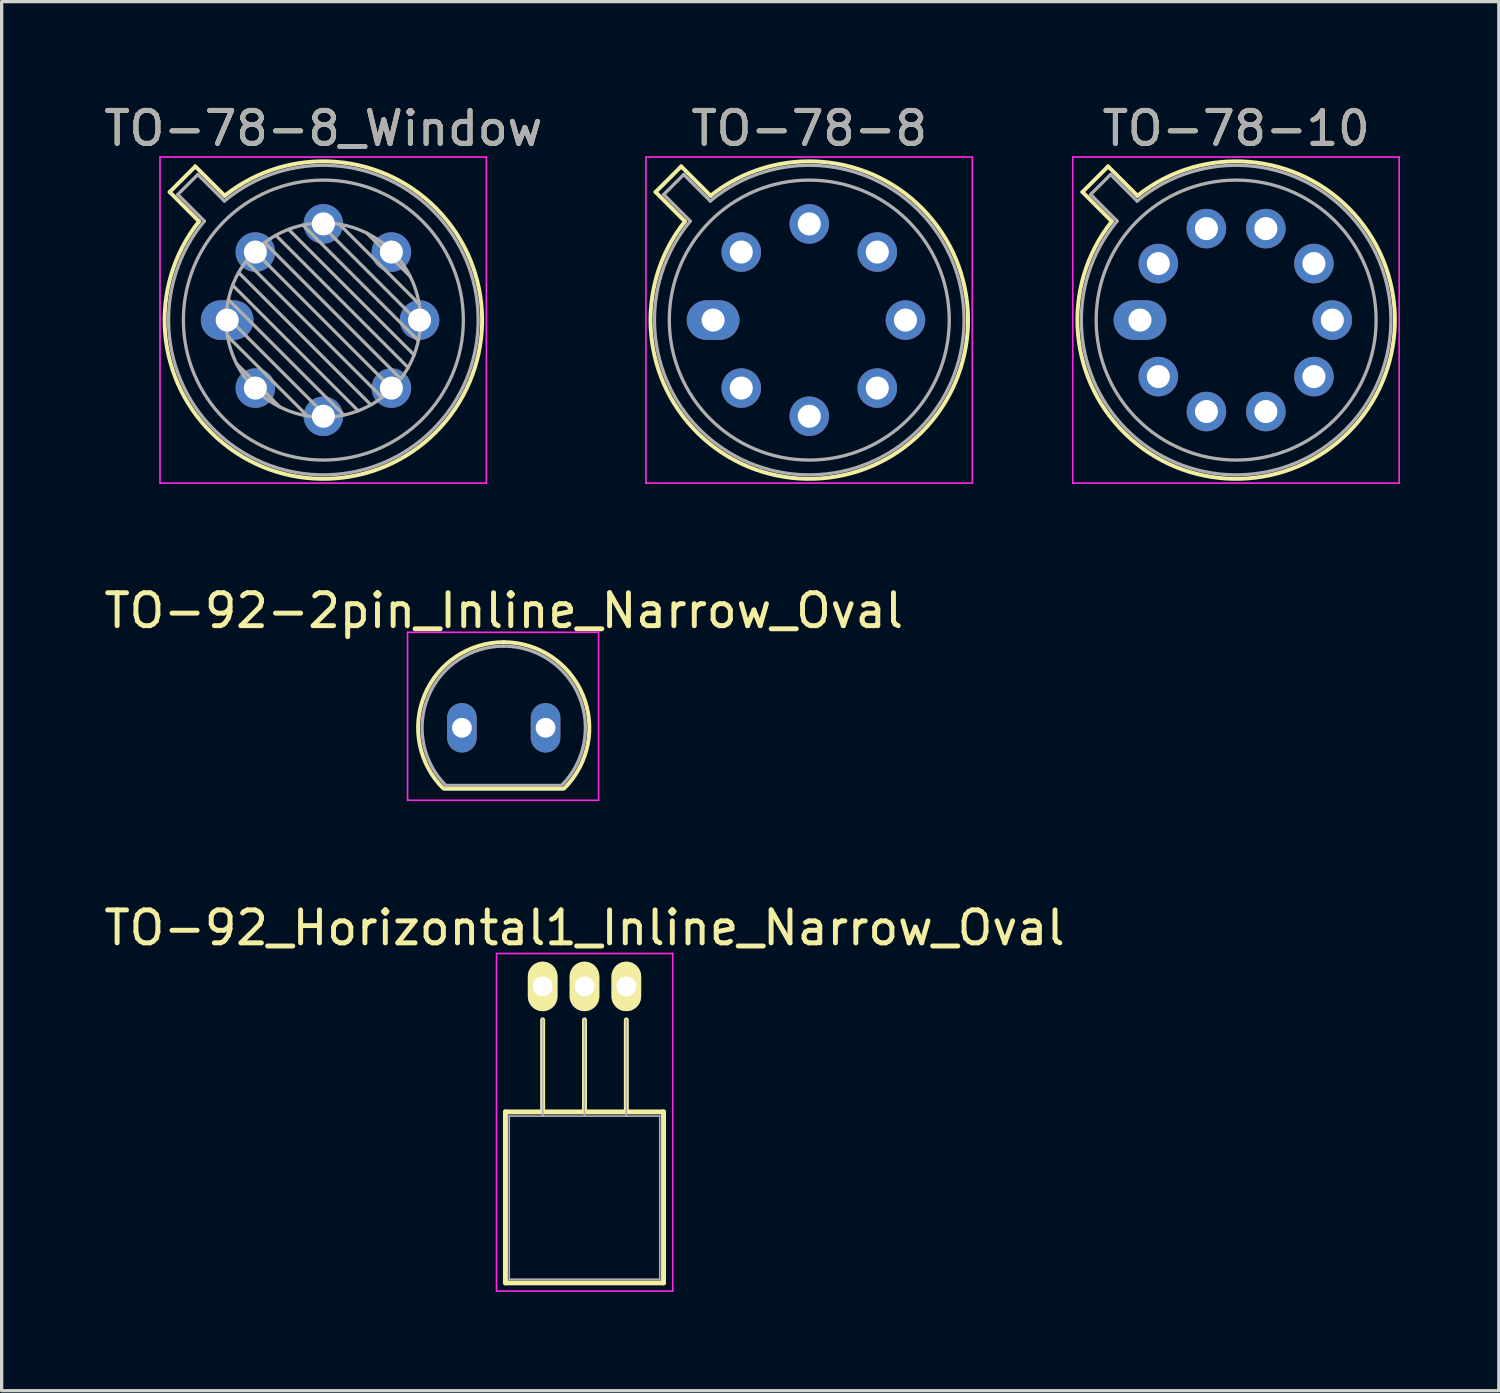
<source format=kicad_pcb>
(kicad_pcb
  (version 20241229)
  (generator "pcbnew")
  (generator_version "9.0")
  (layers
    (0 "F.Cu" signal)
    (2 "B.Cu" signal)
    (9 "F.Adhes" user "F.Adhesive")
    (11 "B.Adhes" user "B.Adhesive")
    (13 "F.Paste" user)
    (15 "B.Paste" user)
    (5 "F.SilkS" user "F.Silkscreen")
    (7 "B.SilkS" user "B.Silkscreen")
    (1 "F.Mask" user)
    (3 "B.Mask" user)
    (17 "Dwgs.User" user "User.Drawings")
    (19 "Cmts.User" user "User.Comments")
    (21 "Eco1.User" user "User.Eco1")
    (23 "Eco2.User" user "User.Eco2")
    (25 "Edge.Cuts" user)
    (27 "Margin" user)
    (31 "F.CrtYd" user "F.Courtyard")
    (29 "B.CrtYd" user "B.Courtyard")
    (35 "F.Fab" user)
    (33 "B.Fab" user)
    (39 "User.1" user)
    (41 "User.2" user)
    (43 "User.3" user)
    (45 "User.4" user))
  (footprint "TO-78-8"
    (layer "F.Cu")
    (at 18.601 6.668)
    (property "Reference" "TO-78-8" (at 2.92 -5.82 0) (layer "F.SilkS") (effects (font (size 1 1) (thickness 0.15))))
    (attr through_hole)
    (fp_line (start -1.746 -3.888) (end -0.855 -2.997) (stroke (width 0.12) (type solid)) (layer "F.SilkS"))
    (fp_line (start -0.968 -4.666) (end -1.746 -3.888) (stroke (width 0.12) (type solid)) (layer "F.SilkS"))
    (fp_line (start -0.077 -3.775) (end -0.968 -4.666) (stroke (width 0.12) (type solid)) (layer "F.SilkS"))
    (fp_arc (start -0.077084 -3.774902) (mid 6.328125 3.408384) (end -0.854674 -2.997371) (stroke (width 0.12) (type solid)) (layer "F.SilkS"))
    (fp_line (start -2.04 -4.95) (end -2.04 4.95) (stroke (width 0.05) (type solid)) (layer "F.CrtYd"))
    (fp_line (start -2.04 4.95) (end 7.87 4.95) (stroke (width 0.05) (type solid)) (layer "F.CrtYd"))
    (fp_line (start 7.87 -4.95) (end -2.04 -4.95) (stroke (width 0.05) (type solid)) (layer "F.CrtYd"))
    (fp_line (start 7.87 4.95) (end 7.87 -4.95) (stroke (width 0.05) (type solid)) (layer "F.CrtYd"))
    (fp_line (start -1.5 -3.812) (end -0.694 -3.005) (stroke (width 0.1) (type solid)) (layer "F.Fab"))
    (fp_line (start -0.892 -4.42) (end -1.5 -3.812) (stroke (width 0.1) (type solid)) (layer "F.Fab"))
    (fp_line (start -0.085 -3.614) (end -0.892 -4.42) (stroke (width 0.1) (type solid)) (layer "F.Fab"))
    (fp_arc (start -0.085408 -3.61352) (mid 6.243443 3.323361) (end -0.693594 -3.005319) (stroke (width 0.1) (type solid)) (layer "F.Fab"))
    (fp_circle (center 2.92 0) (end 7.17 0) (stroke (width 0.1) (type solid)) (fill no) (layer "F.Fab"))
    (fp_text user "${REFERENCE}" (at 2.92 -5.82 0) (layer "F.Fab") (effects (font (size 1 1) (thickness 0.15))))
    (pad "1" thru_hole oval (at 0 0) (size 1.6 1.2) (drill 0.7) (layers "*.Cu" "*.Mask"))
    (pad "2" thru_hole oval (at 0.855 2.065) (size 1.2 1.2) (drill 0.7) (layers "*.Cu" "*.Mask"))
    (pad "3" thru_hole oval (at 2.92 2.92) (size 1.2 1.2) (drill 0.7) (layers "*.Cu" "*.Mask"))
    (pad "4" thru_hole oval (at 4.985 2.065) (size 1.2 1.2) (drill 0.7) (layers "*.Cu" "*.Mask"))
    (pad "5" thru_hole oval (at 5.84 0) (size 1.2 1.2) (drill 0.7) (layers "*.Cu" "*.Mask"))
    (pad "6" thru_hole oval (at 4.985 -2.065) (size 1.2 1.2) (drill 0.7) (layers "*.Cu" "*.Mask"))
    (pad "7" thru_hole oval (at 2.92 -2.92) (size 1.2 1.2) (drill 0.7) (layers "*.Cu" "*.Mask"))
    (pad "8" thru_hole oval (at 0.855 -2.065) (size 1.2 1.2) (drill 0.7) (layers "*.Cu" "*.Mask")))
  (footprint "TO-78-10"
    (layer "F.Cu")
    (at 31.561 6.668)
    (property "Reference" "TO-78-10" (at 2.92 -5.82 0) (layer "F.SilkS") (effects (font (size 1 1) (thickness 0.15))))
    (attr through_hole)
    (fp_line (start -1.746 -3.888) (end -0.855 -2.997) (stroke (width 0.12) (type solid)) (layer "F.SilkS"))
    (fp_line (start -0.968 -4.666) (end -1.746 -3.888) (stroke (width 0.12) (type solid)) (layer "F.SilkS"))
    (fp_line (start -0.077 -3.775) (end -0.968 -4.666) (stroke (width 0.12) (type solid)) (layer "F.SilkS"))
    (fp_arc (start -0.077084 -3.774902) (mid 6.328125 3.408384) (end -0.854674 -2.997371) (stroke (width 0.12) (type solid)) (layer "F.SilkS"))
    (fp_line (start -2.04 -4.95) (end -2.04 4.95) (stroke (width 0.05) (type solid)) (layer "F.CrtYd"))
    (fp_line (start -2.04 4.95) (end 7.87 4.95) (stroke (width 0.05) (type solid)) (layer "F.CrtYd"))
    (fp_line (start 7.87 -4.95) (end -2.04 -4.95) (stroke (width 0.05) (type solid)) (layer "F.CrtYd"))
    (fp_line (start 7.87 4.95) (end 7.87 -4.95) (stroke (width 0.05) (type solid)) (layer "F.CrtYd"))
    (fp_line (start -1.5 -3.812) (end -0.694 -3.005) (stroke (width 0.1) (type solid)) (layer "F.Fab"))
    (fp_line (start -0.892 -4.42) (end -1.5 -3.812) (stroke (width 0.1) (type solid)) (layer "F.Fab"))
    (fp_line (start -0.085 -3.614) (end -0.892 -4.42) (stroke (width 0.1) (type solid)) (layer "F.Fab"))
    (fp_arc (start -0.085408 -3.61352) (mid 6.243443 3.323361) (end -0.693594 -3.005319) (stroke (width 0.1) (type solid)) (layer "F.Fab"))
    (fp_circle (center 2.92 0) (end 7.17 0) (stroke (width 0.1) (type solid)) (fill no) (layer "F.Fab"))
    (fp_text user "${REFERENCE}" (at 2.92 -5.82 0) (layer "F.Fab") (effects (font (size 1 1) (thickness 0.15))))
    (pad "1" thru_hole oval (at 0 0) (size 1.6 1.2) (drill 0.7) (layers "*.Cu" "*.Mask"))
    (pad "2" thru_hole oval (at 0.558 1.716) (size 1.2 1.2) (drill 0.7) (layers "*.Cu" "*.Mask"))
    (pad "3" thru_hole oval (at 2.018 2.777) (size 1.2 1.2) (drill 0.7) (layers "*.Cu" "*.Mask"))
    (pad "4" thru_hole oval (at 3.822 2.777) (size 1.2 1.2) (drill 0.7) (layers "*.Cu" "*.Mask"))
    (pad "5" thru_hole oval (at 5.282 1.716) (size 1.2 1.2) (drill 0.7) (layers "*.Cu" "*.Mask"))
    (pad "6" thru_hole oval (at 5.84 0) (size 1.2 1.2) (drill 0.7) (layers "*.Cu" "*.Mask"))
    (pad "7" thru_hole oval (at 5.282 -1.716) (size 1.2 1.2) (drill 0.7) (layers "*.Cu" "*.Mask"))
    (pad "8" thru_hole oval (at 3.822 -2.777) (size 1.2 1.2) (drill 0.7) (layers "*.Cu" "*.Mask"))
    (pad "9" thru_hole oval (at 2.018 -2.777) (size 1.2 1.2) (drill 0.7) (layers "*.Cu" "*.Mask"))
    (pad "10" thru_hole oval (at 0.558 -1.716) (size 1.2 1.2) (drill 0.7) (layers "*.Cu" "*.Mask")))
  (footprint "TO-92-2pin_Inline_Narrow_Oval"
    (layer "F.Cu")
    (at 10.974 19.047)
    (property "Reference" "TO-92-2pin_Inline_Narrow_Oval" (at 1.27 -3.556 0) (layer "F.SilkS") (effects (font (size 1 1) (thickness 0.15))))
    (attr through_hole)
    (fp_line (start -0.53 1.85) (end 3.07 1.85) (stroke (width 0.12) (type solid)) (layer "F.SilkS"))
    (fp_arc (start -0.568478 1.838478) (mid -1.132087 -0.994977) (end 1.27 -2.6) (stroke (width 0.12) (type solid)) (layer "F.SilkS"))
    (fp_arc (start 1.27 -2.6) (mid 3.672087 -0.994977) (end 3.108478 1.838478) (stroke (width 0.12) (type solid)) (layer "F.SilkS"))
    (fp_line (start -1.65 -2.9) (end 4.15 -2.9) (stroke (width 0.05) (type solid)) (layer "F.CrtYd"))
    (fp_line (start -1.65 2.2) (end -1.65 -2.9) (stroke (width 0.05) (type solid)) (layer "F.CrtYd"))
    (fp_line (start 4.15 -2.9) (end 4.15 2.2) (stroke (width 0.05) (type solid)) (layer "F.CrtYd"))
    (fp_line (start 4.15 2.2) (end -1.65 2.2) (stroke (width 0.05) (type solid)) (layer "F.CrtYd"))
    (fp_line (start -0.5 1.75) (end 3 1.75) (stroke (width 0.1) (type solid)) (layer "F.Fab"))
    (fp_arc (start -0.483625 1.753625) (mid -1.021221 -0.949055) (end 1.27 -2.48) (stroke (width 0.1) (type solid)) (layer "F.Fab"))
    (fp_arc (start 1.27 -2.48) (mid 3.561221 -0.949055) (end 3.023625 1.753625) (stroke (width 0.1) (type solid)) (layer "F.Fab"))
    (pad "1" thru_hole oval (at 0 0 180) (size 0.899 1.501) (drill 0.6) (layers "*.Cu" "*.Mask"))
    (pad "2" thru_hole oval (at 2.54 0 180) (size 0.899 1.501) (drill 0.6) (layers "*.Cu" "*.Mask")))
  (footprint "TO-92_Horizontal1_Inline_Narrow_Oval"
    (layer "F.Cu")
    (at 13.426 26.899)
    (property "Reference" "TO-92_Horizontal1_Inline_Narrow_Oval" (at 1.27 -1.778 180) (layer "F.SilkS") (effects (font (size 1 1) (thickness 0.15))))
    (attr through_hole)
    (fp_line (start -1.13 3.81) (end 3.67 3.81) (stroke (width 0.15) (type solid)) (layer "F.SilkS"))
    (fp_line (start -1.13 9) (end -1.13 3.81) (stroke (width 0.15) (type solid)) (layer "F.SilkS"))
    (fp_line (start 0 1.016) (end 0 3.81) (stroke (width 0.15) (type solid)) (layer "F.SilkS"))
    (fp_line (start 1.27 1.016) (end 1.27 3.81) (stroke (width 0.15) (type solid)) (layer "F.SilkS"))
    (fp_line (start 2.54 1.016) (end 2.54 3.81) (stroke (width 0.15) (type solid)) (layer "F.SilkS"))
    (fp_line (start 3.67 3.81) (end 3.67 9) (stroke (width 0.15) (type solid)) (layer "F.SilkS"))
    (fp_line (start 3.67 9) (end -1.13 9) (stroke (width 0.15) (type solid)) (layer "F.SilkS"))
    (fp_line (start -1.4 -1) (end 3.95 -1) (stroke (width 0.05) (type solid)) (layer "F.CrtYd"))
    (fp_line (start -1.4 9.25) (end -1.4 -1) (stroke (width 0.05) (type solid)) (layer "F.CrtYd"))
    (fp_line (start -1.4 9.25) (end 3.95 9.25) (stroke (width 0.05) (type solid)) (layer "F.CrtYd"))
    (fp_line (start 3.95 9.25) (end 3.95 -1) (stroke (width 0.05) (type solid)) (layer "F.CrtYd"))
    (fp_line (start -1.016 3.937) (end 3.556 3.937) (stroke (width 0.05) (type solid)) (layer "F.Fab"))
    (fp_line (start -1.016 8.89) (end -1.016 3.937) (stroke (width 0.05) (type solid)) (layer "F.Fab"))
    (fp_line (start 0 3.937) (end 0 1.016) (stroke (width 0.05) (type solid)) (layer "F.Fab"))
    (fp_line (start 1.27 3.937) (end 1.27 1.016) (stroke (width 0.05) (type solid)) (layer "F.Fab"))
    (fp_line (start 2.54 3.937) (end 2.54 1.016) (stroke (width 0.05) (type solid)) (layer "F.Fab"))
    (fp_line (start 3.556 3.937) (end 3.556 8.89) (stroke (width 0.05) (type solid)) (layer "F.Fab"))
    (fp_line (start 3.556 8.89) (end -1.016 8.89) (stroke (width 0.05) (type solid)) (layer "F.Fab"))
    (pad "1" thru_hole oval (at 0 0 180) (size 0.899 1.501) (drill 0.6) (layers "*.Cu" "*.Mask" "F.SilkS"))
    (pad "2" thru_hole oval (at 1.27 0 180) (size 0.899 1.501) (drill 0.6) (layers "*.Cu" "*.Mask" "F.SilkS"))
    (pad "3" thru_hole oval (at 2.54 0 180) (size 0.899 1.501) (drill 0.6) (layers "*.Cu" "*.Mask" "F.SilkS")))
  (footprint "TO-78-8_Window"
    (layer "F.Cu")
    (at 3.848 6.668)
    (property "Reference" "TO-78-8_Window" (at 2.92 -5.82 0) (layer "F.SilkS") (effects (font (size 1 1) (thickness 0.15))))
    (attr through_hole)
    (fp_line (start -1.746 -3.888) (end -0.855 -2.997) (stroke (width 0.12) (type solid)) (layer "F.SilkS"))
    (fp_line (start -0.968 -4.666) (end -1.746 -3.888) (stroke (width 0.12) (type solid)) (layer "F.SilkS"))
    (fp_line (start -0.077 -3.775) (end -0.968 -4.666) (stroke (width 0.12) (type solid)) (layer "F.SilkS"))
    (fp_arc (start -0.077084 -3.774902) (mid 6.328125 3.408384) (end -0.854674 -2.997371) (stroke (width 0.12) (type solid)) (layer "F.SilkS"))
    (fp_line (start -2.04 -4.95) (end -2.04 4.95) (stroke (width 0.05) (type solid)) (layer "F.CrtYd"))
    (fp_line (start -2.04 4.95) (end 7.87 4.95) (stroke (width 0.05) (type solid)) (layer "F.CrtYd"))
    (fp_line (start 7.87 -4.95) (end -2.04 -4.95) (stroke (width 0.05) (type solid)) (layer "F.CrtYd"))
    (fp_line (start 7.87 4.95) (end 7.87 -4.95) (stroke (width 0.05) (type solid)) (layer "F.CrtYd"))
    (fp_line (start -1.5 -3.812) (end -0.694 -3.005) (stroke (width 0.1) (type solid)) (layer "F.Fab"))
    (fp_line (start -0.892 -4.42) (end -1.5 -3.812) (stroke (width 0.1) (type solid)) (layer "F.Fab"))
    (fp_line (start -0.085 -3.614) (end -0.892 -4.42) (stroke (width 0.1) (type solid)) (layer "F.Fab"))
    (fp_line (start -0.028 -0.12) (end 3.04 2.948) (stroke (width 0.1) (type solid)) (layer "F.Fab"))
    (fp_line (start 0.009 0.485) (end 2.435 2.911) (stroke (width 0.1) (type solid)) (layer "F.Fab"))
    (fp_line (start 0.036 -0.622) (end 3.542 2.884) (stroke (width 0.1) (type solid)) (layer "F.Fab"))
    (fp_line (start 0.165 -1.058) (end 3.978 2.755) (stroke (width 0.1) (type solid)) (layer "F.Fab"))
    (fp_line (start 0.283 1.324) (end 1.596 2.637) (stroke (width 0.1) (type solid)) (layer "F.Fab"))
    (fp_line (start 0.346 -1.443) (end 4.363 2.574) (stroke (width 0.1) (type solid)) (layer "F.Fab"))
    (fp_line (start 0.57 -1.784) (end 4.704 2.35) (stroke (width 0.1) (type solid)) (layer "F.Fab"))
    (fp_line (start 0.834 -2.086) (end 5.006 2.086) (stroke (width 0.1) (type solid)) (layer "F.Fab"))
    (fp_line (start 1.136 -2.35) (end 5.27 1.784) (stroke (width 0.1) (type solid)) (layer "F.Fab"))
    (fp_line (start 1.477 -2.574) (end 5.494 1.443) (stroke (width 0.1) (type solid)) (layer "F.Fab"))
    (fp_line (start 1.862 -2.755) (end 5.675 1.058) (stroke (width 0.1) (type solid)) (layer "F.Fab"))
    (fp_line (start 2.298 -2.884) (end 5.804 0.622) (stroke (width 0.1) (type solid)) (layer "F.Fab"))
    (fp_line (start 2.8 -2.948) (end 5.868 0.12) (stroke (width 0.1) (type solid)) (layer "F.Fab"))
    (fp_line (start 3.405 -2.911) (end 5.831 -0.485) (stroke (width 0.1) (type solid)) (layer "F.Fab"))
    (fp_line (start 4.244 -2.637) (end 5.557 -1.324) (stroke (width 0.1) (type solid)) (layer "F.Fab"))
    (fp_arc (start -0.085408 -3.61352) (mid 6.243443 3.323361) (end -0.693594 -3.005319) (stroke (width 0.1) (type solid)) (layer "F.Fab"))
    (fp_circle (center 2.92 0) (end 5.87 0) (stroke (width 0.1) (type solid)) (fill no) (layer "F.Fab"))
    (fp_circle (center 2.92 0) (end 7.17 0) (stroke (width 0.1) (type solid)) (fill no) (layer "F.Fab"))
    (fp_text user "${REFERENCE}" (at 2.92 -5.82 0) (layer "F.Fab") (effects (font (size 1 1) (thickness 0.15))))
    (pad "1" thru_hole oval (at 0 0) (size 1.6 1.2) (drill 0.7) (layers "*.Cu" "*.Mask"))
    (pad "2" thru_hole oval (at 0.855 2.065) (size 1.2 1.2) (drill 0.7) (layers "*.Cu" "*.Mask"))
    (pad "3" thru_hole oval (at 2.92 2.92) (size 1.2 1.2) (drill 0.7) (layers "*.Cu" "*.Mask"))
    (pad "4" thru_hole oval (at 4.985 2.065) (size 1.2 1.2) (drill 0.7) (layers "*.Cu" "*.Mask"))
    (pad "5" thru_hole oval (at 5.84 0) (size 1.2 1.2) (drill 0.7) (layers "*.Cu" "*.Mask"))
    (pad "6" thru_hole oval (at 4.985 -2.065) (size 1.2 1.2) (drill 0.7) (layers "*.Cu" "*.Mask"))
    (pad "7" thru_hole oval (at 2.92 -2.92) (size 1.2 1.2) (drill 0.7) (layers "*.Cu" "*.Mask"))
    (pad "8" thru_hole oval (at 0.855 -2.065) (size 1.2 1.2) (drill 0.7) (layers "*.Cu" "*.Mask")))
  (gr_rect
    (start -3 -3)
    (end 42.456 39.174)
    (stroke (width 0.1) (type default))
    (fill no)
    (layer "Edge.Cuts")))
</source>
